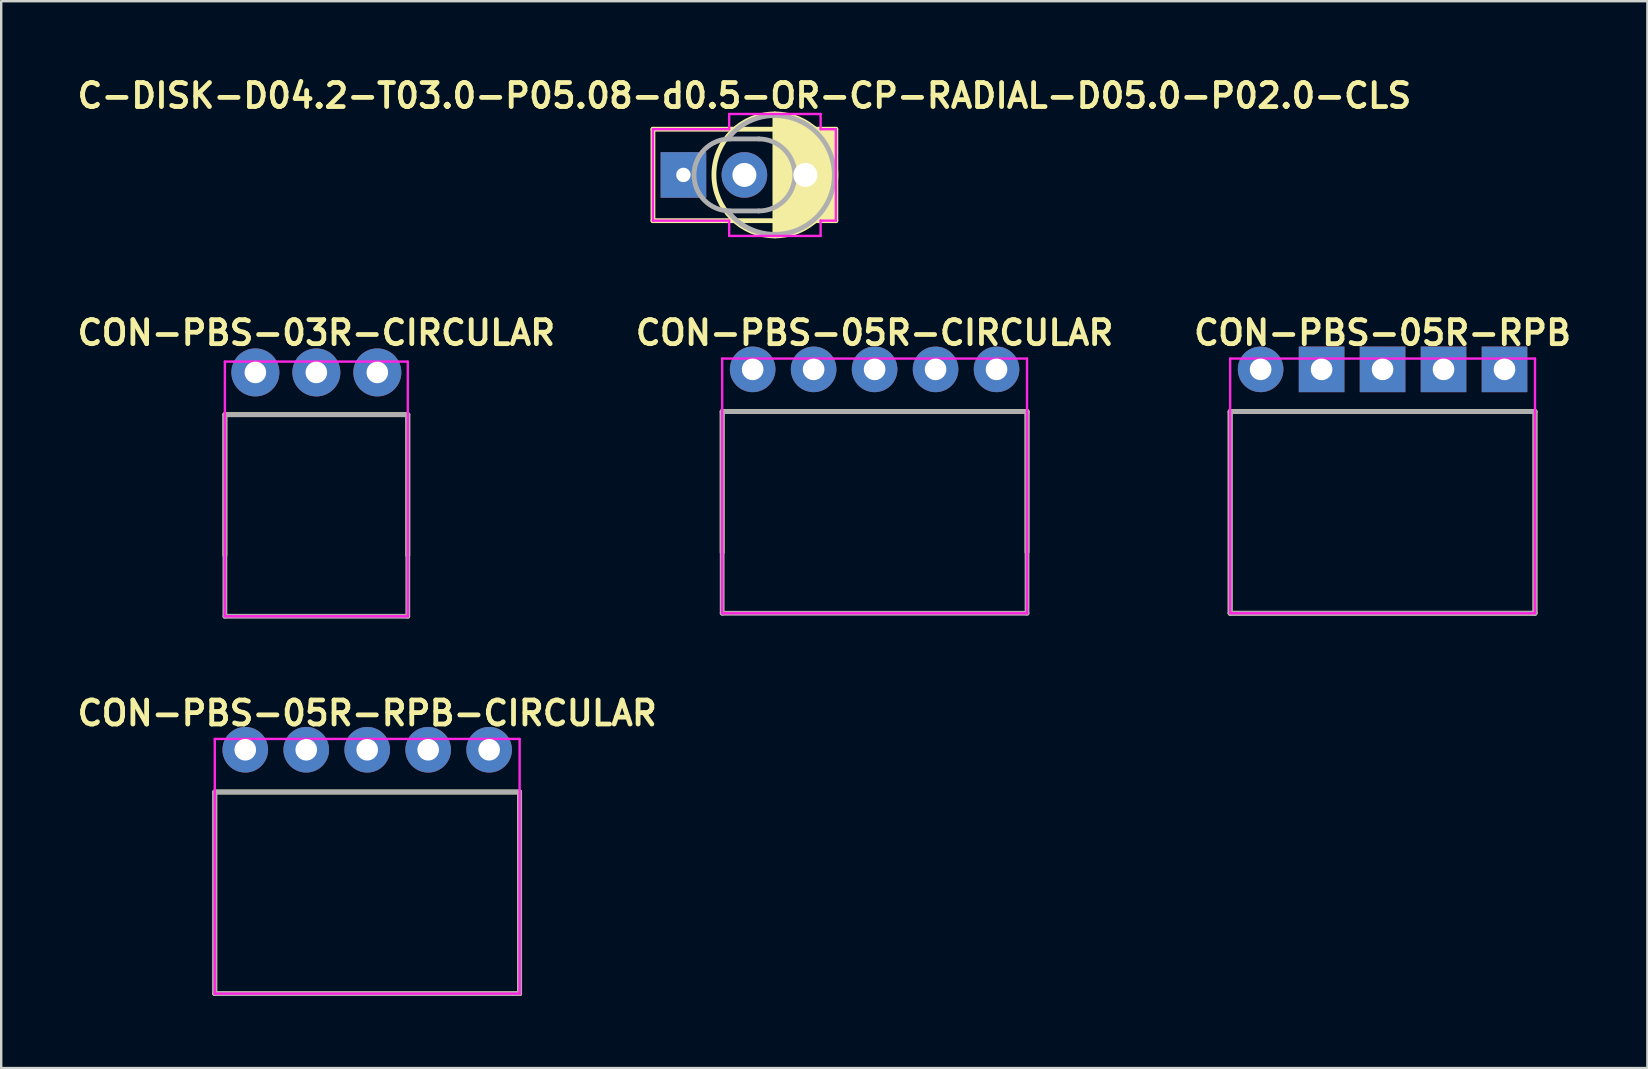
<source format=kicad_pcb>
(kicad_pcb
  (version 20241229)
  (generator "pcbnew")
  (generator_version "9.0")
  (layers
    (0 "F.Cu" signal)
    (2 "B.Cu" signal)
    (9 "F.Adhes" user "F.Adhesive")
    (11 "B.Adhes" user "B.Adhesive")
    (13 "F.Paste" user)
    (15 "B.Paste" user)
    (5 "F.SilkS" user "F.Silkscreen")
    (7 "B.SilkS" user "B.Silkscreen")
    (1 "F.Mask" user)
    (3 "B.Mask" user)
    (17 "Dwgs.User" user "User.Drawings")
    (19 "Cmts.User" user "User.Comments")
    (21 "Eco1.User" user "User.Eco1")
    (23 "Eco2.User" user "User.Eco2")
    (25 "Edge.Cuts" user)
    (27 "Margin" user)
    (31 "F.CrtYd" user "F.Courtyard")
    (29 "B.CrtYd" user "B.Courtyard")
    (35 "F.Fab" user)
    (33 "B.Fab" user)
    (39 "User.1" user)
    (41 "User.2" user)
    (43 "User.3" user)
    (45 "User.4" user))
  (footprint "CON-PBS-05R-RPB"
    (layer "F.Cu")
    (at 54.548 12.338)
    (property "Reference" "CON-PBS-05R-RPB" (at 0 -1.524 0) (layer "F.SilkS") (effects (font (size 1 1) (thickness 0.2))))
    (attr through_hole)
    (fp_line (start -6.35 1.76) (end -6.35 10.16) (stroke (width 0.2) (type solid)) (layer "F.SilkS"))
    (fp_line (start -6.35 1.76) (end 6.35 1.76) (stroke (width 0.2) (type solid)) (layer "F.SilkS"))
    (fp_line (start -6.35 10.16) (end 6.35 10.16) (stroke (width 0.2) (type solid)) (layer "F.SilkS"))
    (fp_line (start 6.35 1.76) (end 6.35 10.16) (stroke (width 0.2) (type solid)) (layer "F.SilkS"))
    (fp_line (start -6.35 -0.45) (end -6.35 10.16) (stroke (width 0.1) (type solid)) (layer "F.CrtYd"))
    (fp_line (start -6.35 -0.45) (end 6.35 -0.45) (stroke (width 0.1) (type solid)) (layer "F.CrtYd"))
    (fp_line (start -6.35 10.16) (end 6.35 10.16) (stroke (width 0.1) (type solid)) (layer "F.CrtYd"))
    (fp_line (start 6.35 -0.45) (end 6.35 10.16) (stroke (width 0.1) (type solid)) (layer "F.CrtYd"))
    (fp_line (start -6.35 1.76) (end -6.35 10.16) (stroke (width 0.2) (type solid)) (layer "F.Fab"))
    (fp_line (start -6.35 1.76) (end 6.35 1.76) (stroke (width 0.2) (type solid)) (layer "F.Fab"))
    (fp_line (start -6.35 10.16) (end 6.35 10.16) (stroke (width 0.2) (type solid)) (layer "F.Fab"))
    (fp_line (start 6.35 1.76) (end 6.35 10.16) (stroke (width 0.2) (type solid)) (layer "F.Fab"))
    (pad "1" thru_hole circle (at -5.08 0) (size 1.9 1.9) (drill 0.9) (layers "B.Cu" "B.Mask"))
    (pad "2" thru_hole rect (at -2.54 0) (size 1.9 1.9) (drill 0.9) (layers "B.Cu" "B.Mask"))
    (pad "3" thru_hole rect (at 0 0) (size 1.9 1.9) (drill 0.9) (layers "B.Cu" "B.Mask"))
    (pad "4" thru_hole rect (at 2.54 0) (size 1.9 1.9) (drill 0.9) (layers "B.Cu" "B.Mask"))
    (pad "5" thru_hole rect (at 5.08 0) (size 1.9 1.9) (drill 0.9) (layers "B.Cu" "B.Mask")))
  (footprint "CON-PBS-03R-CIRCULAR"
    (layer "F.Cu")
    (at 10.129 12.465)
    (property "Reference" "CON-PBS-03R-CIRCULAR" (at 0 -1.651 0) (layer "F.SilkS") (effects (font (size 1 1) (thickness 0.2))))
    (attr through_hole)
    (fp_line (start -3.81 1.76) (end -3.81 7.62) (stroke (width 0.2) (type solid)) (layer "F.SilkS"))
    (fp_line (start -3.81 1.76) (end 3.81 1.76) (stroke (width 0.2) (type solid)) (layer "F.SilkS"))
    (fp_line (start 3.81 1.76) (end 3.81 7.62) (stroke (width 0.2) (type solid)) (layer "F.SilkS"))
    (fp_line (start -3.81 -0.45) (end -3.81 10.16) (stroke (width 0.1) (type solid)) (layer "F.CrtYd"))
    (fp_line (start -3.81 -0.45) (end 3.81 -0.45) (stroke (width 0.1) (type solid)) (layer "F.CrtYd"))
    (fp_line (start -3.81 10.16) (end 3.81 10.16) (stroke (width 0.1) (type solid)) (layer "F.CrtYd"))
    (fp_line (start 3.81 -0.45) (end 3.81 10.16) (stroke (width 0.1) (type solid)) (layer "F.CrtYd"))
    (fp_line (start -3.81 1.76) (end -3.81 10.16) (stroke (width 0.2) (type solid)) (layer "F.Fab"))
    (fp_line (start -3.81 1.76) (end 3.81 1.76) (stroke (width 0.2) (type solid)) (layer "F.Fab"))
    (fp_line (start -3.81 10.16) (end 3.81 10.16) (stroke (width 0.2) (type solid)) (layer "F.Fab"))
    (fp_line (start 3.81 1.76) (end 3.81 10.16) (stroke (width 0.2) (type solid)) (layer "F.Fab"))
    (pad "1" thru_hole circle (at -2.54 0) (size 2 2) (drill 0.9) (layers "B.Cu" "B.Mask"))
    (pad "2" thru_hole circle (at 0 0) (size 2 2) (drill 0.9) (layers "B.Cu" "B.Mask"))
    (pad "3" thru_hole circle (at 2.54 0) (size 2 2) (drill 0.9) (layers "B.Cu" "B.Mask")))
  (footprint "CON-PBS-05R-CIRCULAR"
    (layer "F.Cu")
    (at 33.386 12.338)
    (property "Reference" "CON-PBS-05R-CIRCULAR" (at 0 -1.524 0) (layer "F.SilkS") (effects (font (size 1 1) (thickness 0.2))))
    (attr through_hole)
    (fp_line (start -6.35 1.76) (end -6.35 7.62) (stroke (width 0.2) (type solid)) (layer "F.SilkS"))
    (fp_line (start -6.35 1.76) (end 6.35 1.76) (stroke (width 0.2) (type solid)) (layer "F.SilkS"))
    (fp_line (start 6.35 1.76) (end 6.35 7.62) (stroke (width 0.2) (type solid)) (layer "F.SilkS"))
    (fp_line (start -6.35 -0.45) (end -6.35 10.16) (stroke (width 0.1) (type solid)) (layer "F.CrtYd"))
    (fp_line (start -6.35 -0.45) (end 6.35 -0.45) (stroke (width 0.1) (type solid)) (layer "F.CrtYd"))
    (fp_line (start -6.35 10.16) (end 6.35 10.16) (stroke (width 0.1) (type solid)) (layer "F.CrtYd"))
    (fp_line (start 6.35 -0.45) (end 6.35 10.16) (stroke (width 0.1) (type solid)) (layer "F.CrtYd"))
    (fp_line (start -6.35 1.76) (end -6.35 10.16) (stroke (width 0.2) (type solid)) (layer "F.Fab"))
    (fp_line (start -6.35 1.76) (end 6.35 1.76) (stroke (width 0.2) (type solid)) (layer "F.Fab"))
    (fp_line (start -6.35 10.16) (end 6.35 10.16) (stroke (width 0.2) (type solid)) (layer "F.Fab"))
    (fp_line (start 6.35 1.76) (end 6.35 10.16) (stroke (width 0.2) (type solid)) (layer "F.Fab"))
    (pad "1" thru_hole circle (at -5.08 0) (size 1.9 1.9) (drill 0.9) (layers "B.Cu" "B.Mask"))
    (pad "2" thru_hole circle (at -2.54 0) (size 1.9 1.9) (drill 0.9) (layers "B.Cu" "B.Mask"))
    (pad "3" thru_hole circle (at 0 0) (size 1.9 1.9) (drill 0.9) (layers "B.Cu" "B.Mask"))
    (pad "4" thru_hole circle (at 2.54 0) (size 1.9 1.9) (drill 0.9) (layers "B.Cu" "B.Mask"))
    (pad "5" thru_hole circle (at 5.08 0) (size 1.9 1.9) (drill 0.9) (layers "B.Cu" "B.Mask")))
  (footprint "C-DISK-D04.2-T03.0-P05.08-d0.5-OR-CP-RADIAL-D05.0-P02.0-CLS"
    (layer "F.Cu")
    (at 27.962 4.238)
    (property "Reference" "C-DISK-D04.2-T03.0-P05.08-d0.5-OR-CP-RADIAL-D05.0-P02.0-CLS" (at 0 -3.302 0) (layer "F.SilkS") (effects (font (size 1 1) (thickness 0.2))))
    (attr through_hole)
    (fp_line (start -3.81 -1.905) (end -3.81 1.905) (stroke (width 0.2) (type solid)) (layer "F.SilkS"))
    (fp_line (start -3.81 -1.905) (end 3.81 -1.905) (stroke (width 0.2) (type solid)) (layer "F.SilkS"))
    (fp_line (start -3.81 1.905) (end 3.81 1.905) (stroke (width 0.2) (type solid)) (layer "F.SilkS"))
    (fp_line (start 1.27 -2.54) (end 1.27 2.54) (stroke (width 0.2) (type solid)) (layer "F.SilkS"))
    (fp_line (start 3.81 -1.905) (end 3.81 1.905) (stroke (width 0.2) (type solid)) (layer "F.SilkS"))
    (fp_circle (center 1.27 0) (end 3.81 0) (stroke (width 0.2) (type solid)) (fill no) (layer "F.SilkS"))
    (fp_poly (pts (xy 3.81 1.905) (xy 3.048 1.905) (xy 2.159 2.413) (xy 1.27 2.54) (xy 1.27 -2.54) (xy 2.159 -2.413) (xy 3.048 -1.905) (xy 3.81 -1.905)) (stroke (width 0.1) (type solid)) (fill yes) (layer "F.SilkS"))
    (fp_line (start -3.81 -1.905) (end -3.81 1.905) (stroke (width 0.1) (type solid)) (layer "F.CrtYd"))
    (fp_line (start -3.81 -1.905) (end -0.635 -1.905) (stroke (width 0.1) (type solid)) (layer "F.CrtYd"))
    (fp_line (start -3.81 1.905) (end -0.635 1.905) (stroke (width 0.1) (type solid)) (layer "F.CrtYd"))
    (fp_line (start -0.635 -2.54) (end -0.635 -1.905) (stroke (width 0.1) (type solid)) (layer "F.CrtYd"))
    (fp_line (start -0.635 -2.54) (end 3.175 -2.54) (stroke (width 0.1) (type solid)) (layer "F.CrtYd"))
    (fp_line (start -0.635 1.905) (end -0.635 2.54) (stroke (width 0.1) (type solid)) (layer "F.CrtYd"))
    (fp_line (start -0.635 2.54) (end 3.175 2.54) (stroke (width 0.1) (type solid)) (layer "F.CrtYd"))
    (fp_line (start 3.175 -2.54) (end 3.175 -1.905) (stroke (width 0.1) (type solid)) (layer "F.CrtYd"))
    (fp_line (start 3.175 -1.905) (end 3.81 -1.905) (stroke (width 0.1) (type solid)) (layer "F.CrtYd"))
    (fp_line (start 3.175 1.905) (end 3.175 2.54) (stroke (width 0.1) (type solid)) (layer "F.CrtYd"))
    (fp_line (start 3.175 1.905) (end 3.81 1.905) (stroke (width 0.1) (type solid)) (layer "F.CrtYd"))
    (fp_line (start 3.81 -1.905) (end 3.81 1.905) (stroke (width 0.1) (type solid)) (layer "F.CrtYd"))
    (fp_line (start -0.6 -1.5) (end 0.6 -1.5) (stroke (width 0.2) (type solid)) (layer "F.Fab"))
    (fp_line (start -0.6 1.5) (end 0.6 1.5) (stroke (width 0.2) (type solid)) (layer "F.Fab"))
    (fp_arc (start -0.699999 -1.499999) (mid 3.746064 0) (end -0.699999 1.499999) (stroke (width 0.2) (type solid)) (layer "F.Fab"))
    (fp_arc (start -0.6 1.5) (mid -2.1 0) (end -0.6 -1.5) (stroke (width 0.2) (type solid)) (layer "F.Fab"))
    (fp_arc (start 0.6 -1.5) (mid 2.1 0) (end 0.6 1.5) (stroke (width 0.2) (type solid)) (layer "F.Fab"))
    (pad "+" thru_hole rect (at -2.54 0) (size 1.9 1.9) (drill 0.6) (layers "B.Cu" "B.Mask"))
    (pad "+" thru_hole circle (at 0 0) (size 1.9 1.9) (drill 1) (layers "B.Cu" "B.Mask"))
    (pad "-" thru_hole rect (at 2.54 0) (size 1.9 1.9) (drill 1) (layers "B.Cu" "B.Mask")))
  (footprint "CON-PBS-05R-RPB-CIRCULAR"
    (layer "F.Cu")
    (at 12.248 28.185)
    (property "Reference" "CON-PBS-05R-RPB-CIRCULAR" (at 0 -1.524 0) (layer "F.SilkS") (effects (font (size 1 1) (thickness 0.2))))
    (attr through_hole)
    (fp_line (start -6.35 1.76) (end -6.35 10.16) (stroke (width 0.2) (type solid)) (layer "F.SilkS"))
    (fp_line (start -6.35 1.76) (end 6.35 1.76) (stroke (width 0.2) (type solid)) (layer "F.SilkS"))
    (fp_line (start -6.35 10.16) (end 6.35 10.16) (stroke (width 0.2) (type solid)) (layer "F.SilkS"))
    (fp_line (start 6.35 1.76) (end 6.35 10.16) (stroke (width 0.2) (type solid)) (layer "F.SilkS"))
    (fp_line (start -6.35 -0.45) (end -6.35 10.16) (stroke (width 0.1) (type solid)) (layer "F.CrtYd"))
    (fp_line (start -6.35 -0.45) (end 6.35 -0.45) (stroke (width 0.1) (type solid)) (layer "F.CrtYd"))
    (fp_line (start -6.35 10.16) (end 6.35 10.16) (stroke (width 0.1) (type solid)) (layer "F.CrtYd"))
    (fp_line (start 6.35 -0.45) (end 6.35 10.16) (stroke (width 0.1) (type solid)) (layer "F.CrtYd"))
    (fp_line (start -6.35 1.76) (end -6.35 10.16) (stroke (width 0.2) (type solid)) (layer "F.Fab"))
    (fp_line (start -6.35 1.76) (end 6.35 1.76) (stroke (width 0.2) (type solid)) (layer "F.Fab"))
    (fp_line (start -6.35 10.16) (end 6.35 10.16) (stroke (width 0.2) (type solid)) (layer "F.Fab"))
    (fp_line (start 6.35 1.76) (end 6.35 10.16) (stroke (width 0.2) (type solid)) (layer "F.Fab"))
    (pad "1" thru_hole circle (at -5.08 0) (size 1.9 1.9) (drill 0.9) (layers "B.Cu" "B.Mask"))
    (pad "2" thru_hole circle (at -2.54 0) (size 1.9 1.9) (drill 0.9) (layers "B.Cu" "B.Mask"))
    (pad "3" thru_hole circle (at 0 0) (size 1.9 1.9) (drill 0.9) (layers "B.Cu" "B.Mask"))
    (pad "4" thru_hole circle (at 2.54 0) (size 1.9 1.9) (drill 0.9) (layers "B.Cu" "B.Mask"))
    (pad "5" thru_hole circle (at 5.08 0) (size 1.9 1.9) (drill 0.9) (layers "B.Cu" "B.Mask")))
  (gr_rect
    (start -3 -3)
    (end 65.581 41.445)
    (stroke (width 0.1) (type default))
    (fill no)
    (layer "Edge.Cuts")))
</source>
